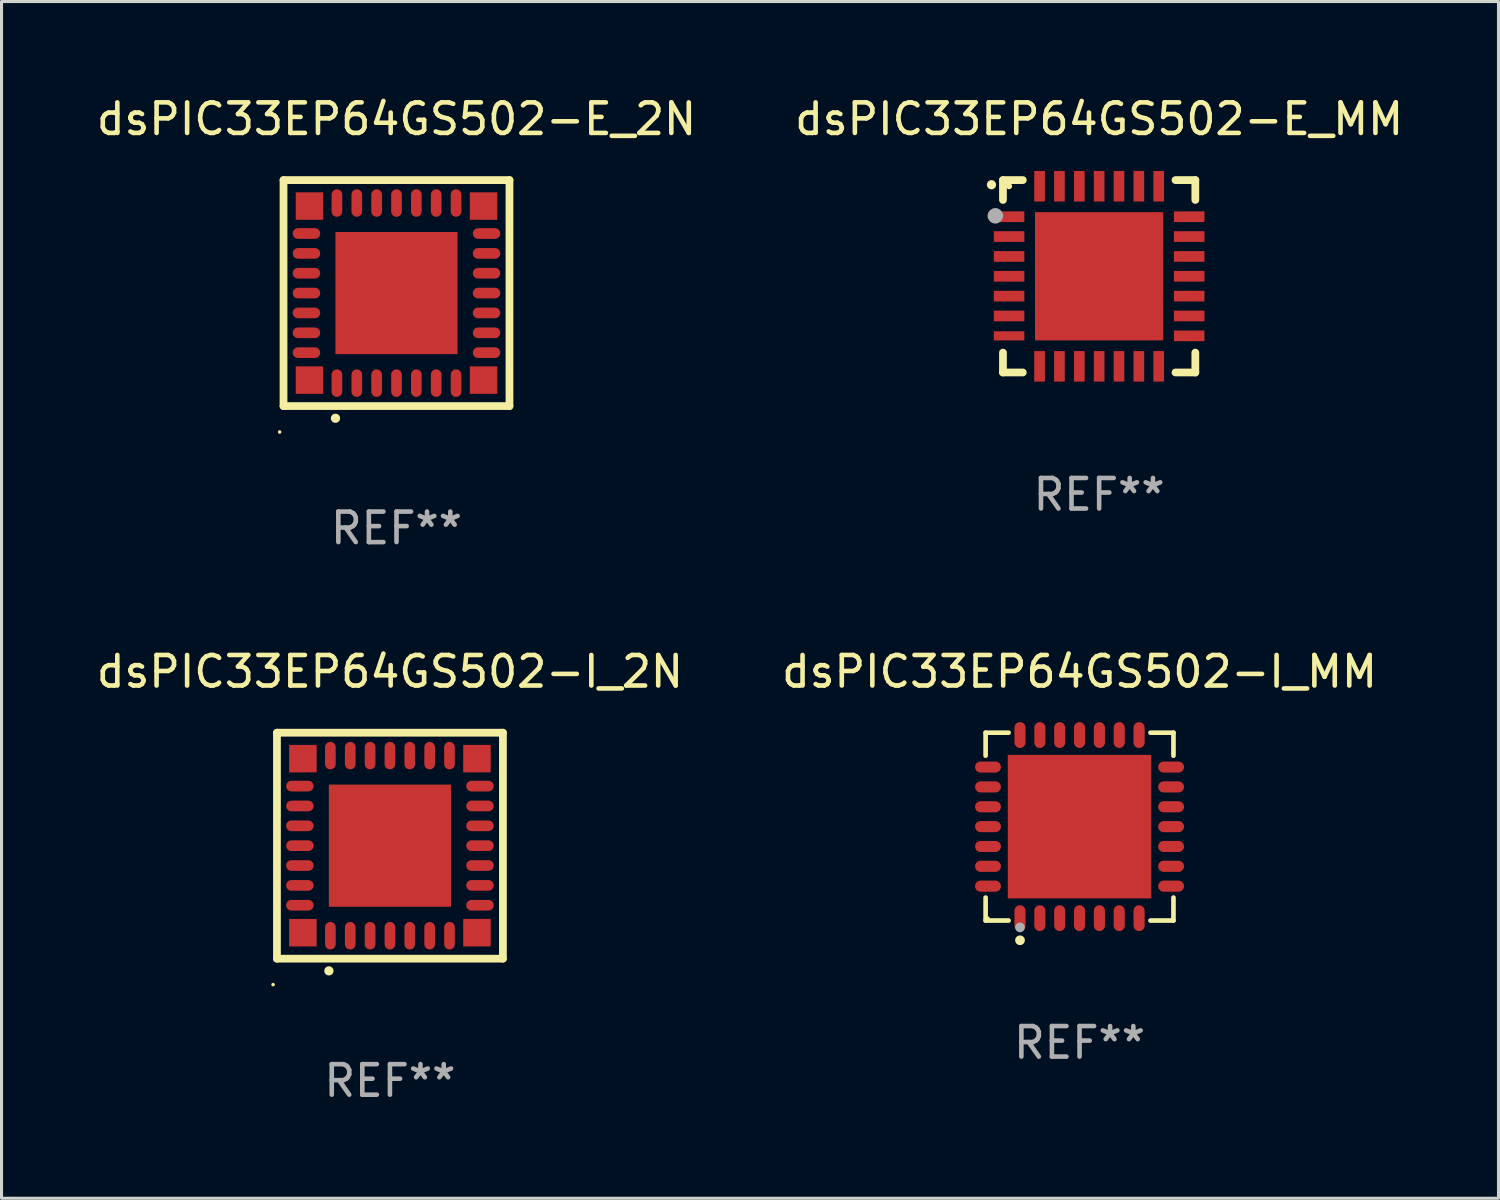
<source format=kicad_pcb>
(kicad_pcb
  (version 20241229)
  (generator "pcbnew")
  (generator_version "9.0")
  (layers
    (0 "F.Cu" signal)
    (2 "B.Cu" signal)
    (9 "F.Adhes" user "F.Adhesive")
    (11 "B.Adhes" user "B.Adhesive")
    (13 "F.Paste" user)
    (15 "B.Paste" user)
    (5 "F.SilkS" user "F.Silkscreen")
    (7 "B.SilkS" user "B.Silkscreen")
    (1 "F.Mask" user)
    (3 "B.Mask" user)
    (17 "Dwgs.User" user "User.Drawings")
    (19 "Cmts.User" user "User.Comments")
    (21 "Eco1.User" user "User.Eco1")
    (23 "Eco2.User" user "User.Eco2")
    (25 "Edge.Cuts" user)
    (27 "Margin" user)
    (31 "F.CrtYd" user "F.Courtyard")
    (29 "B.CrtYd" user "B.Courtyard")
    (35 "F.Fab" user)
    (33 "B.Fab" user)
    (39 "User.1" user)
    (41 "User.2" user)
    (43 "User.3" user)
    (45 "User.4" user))
  (footprint "dsPIC33EP64GS502-E_2N"
    (layer "F.Cu")
    (at 9.935 6.548)
    (property "Reference" "dsPIC33EP64GS502-E_2N" (at 0 -5.7 0) (layer "F.SilkS") (effects (font (size 1 1) (thickness 0.15))))
    (attr through_hole)
    (fp_line (start -3.7 -3.7) (end 3.7 -3.7) (stroke (width 0.254) (type solid)) (layer "F.SilkS"))
    (fp_line (start -3.7 3.7) (end -3.7 -3.7) (stroke (width 0.254) (type solid)) (layer "F.SilkS"))
    (fp_line (start 3.7 -3.7) (end 3.7 3.7) (stroke (width 0.254) (type solid)) (layer "F.SilkS"))
    (fp_line (start 3.7 3.7) (end -3.7 3.7) (stroke (width 0.254) (type solid)) (layer "F.SilkS"))
    (fp_arc (start -2 4.1) (mid -1.99873 4.099995) (end -1.99746 4.1) (stroke (width 0.3) (type solid)) (layer "F.SilkS"))
    (fp_circle (center -3.827 4.55) (end -3.797 4.55) (stroke (width 0.06) (type solid)) (fill no) (layer "F.SilkS"))
    (fp_text user "REF**" (at 0 7.7 0) (layer "F.Fab") (effects (font (size 1 1) (thickness 0.15))))
    (pad "1" smd oval (at -1.951 2.949 180) (size 0.35 0.9) (layers "F.Cu" "F.Mask" "F.Paste"))
    (pad "2" smd oval (at -1.3 2.949 180) (size 0.35 0.9) (layers "F.Cu" "F.Mask" "F.Paste"))
    (pad "3" smd oval (at -0.65 2.949 180) (size 0.35 0.9) (layers "F.Cu" "F.Mask" "F.Paste"))
    (pad "4" smd oval (at 0.000051 2.949 180) (size 0.35 0.9) (layers "F.Cu" "F.Mask" "F.Paste"))
    (pad "5" smd oval (at 0.65 2.949 180) (size 0.35 0.9) (layers "F.Cu" "F.Mask" "F.Paste"))
    (pad "6" smd oval (at 1.301 2.949 180) (size 0.35 0.9) (layers "F.Cu" "F.Mask" "F.Paste"))
    (pad "7" smd oval (at 1.951 2.949 180) (size 0.35 0.9) (layers "F.Cu" "F.Mask" "F.Paste"))
    (pad "8" smd oval (at 2.949 1.951 90) (size 0.35 0.9) (layers "F.Cu" "F.Mask" "F.Paste"))
    (pad "9" smd oval (at 2.949 1.301 90) (size 0.35 0.9) (layers "F.Cu" "F.Mask" "F.Paste"))
    (pad "10" smd oval (at 2.949 0.65 90) (size 0.35 0.9) (layers "F.Cu" "F.Mask" "F.Paste"))
    (pad "11" smd oval (at 2.949 0.000051 90) (size 0.35 0.9) (layers "F.Cu" "F.Mask" "F.Paste"))
    (pad "12" smd oval (at 2.949 -0.65 90) (size 0.35 0.9) (layers "F.Cu" "F.Mask" "F.Paste"))
    (pad "13" smd oval (at 2.949 -1.3 90) (size 0.35 0.9) (layers "F.Cu" "F.Mask" "F.Paste"))
    (pad "14" smd oval (at 2.949 -1.951 90) (size 0.35 0.9) (layers "F.Cu" "F.Mask" "F.Paste"))
    (pad "15" smd oval (at 1.951 -2.949 180) (size 0.35 0.9) (layers "F.Cu" "F.Mask" "F.Paste"))
    (pad "16" smd oval (at 1.301 -2.949 180) (size 0.35 0.9) (layers "F.Cu" "F.Mask" "F.Paste"))
    (pad "17" smd oval (at 0.65 -2.949 180) (size 0.35 0.9) (layers "F.Cu" "F.Mask" "F.Paste"))
    (pad "18" smd oval (at 0.000051 -2.949 180) (size 0.35 0.9) (layers "F.Cu" "F.Mask" "F.Paste"))
    (pad "19" smd oval (at -0.65 -2.949 180) (size 0.35 0.9) (layers "F.Cu" "F.Mask" "F.Paste"))
    (pad "20" smd oval (at -1.3 -2.949 180) (size 0.35 0.9) (layers "F.Cu" "F.Mask" "F.Paste"))
    (pad "21" smd oval (at -1.951 -2.949 180) (size 0.35 0.9) (layers "F.Cu" "F.Mask" "F.Paste"))
    (pad "22" smd oval (at -2.949 -1.951 90) (size 0.35 0.9) (layers "F.Cu" "F.Mask" "F.Paste"))
    (pad "23" smd oval (at -2.949 -1.3 90) (size 0.35 0.9) (layers "F.Cu" "F.Mask" "F.Paste"))
    (pad "24" smd oval (at -2.949 -0.65 90) (size 0.35 0.9) (layers "F.Cu" "F.Mask" "F.Paste"))
    (pad "25" smd oval (at -2.949 0.000051 90) (size 0.35 0.9) (layers "F.Cu" "F.Mask" "F.Paste"))
    (pad "26" smd oval (at -2.949 0.65 90) (size 0.35 0.9) (layers "F.Cu" "F.Mask" "F.Paste"))
    (pad "27" smd oval (at -2.949 1.301 90) (size 0.35 0.9) (layers "F.Cu" "F.Mask" "F.Paste"))
    (pad "28" smd oval (at -2.949 1.951 90) (size 0.35 0.9) (layers "F.Cu" "F.Mask" "F.Paste"))
    (pad "29" smd rect (at -2.85 -2.85 90) (size 0.9 0.9) (layers "F.Cu" "F.Mask" "F.Paste"))
    (pad "29" smd rect (at -2.85 2.85 90) (size 0.9 0.9) (layers "F.Cu" "F.Mask" "F.Paste"))
    (pad "29" smd rect (at 0.000051 0.000051 90) (size 4 4) (layers "F.Cu" "F.Mask" "F.Paste"))
    (pad "29" smd rect (at 2.85 -2.85 90) (size 0.9 0.9) (layers "F.Cu" "F.Mask" "F.Paste"))
    (pad "29" smd rect (at 2.85 2.85 90) (size 0.9 0.9) (layers "F.Cu" "F.Mask" "F.Paste")))
  (footprint "dsPIC33EP64GS502-I_MM"
    (layer "F.Cu")
    (at 32.304 24.021)
    (property "Reference" "dsPIC33EP64GS502-I_MM" (at 0 -5.076 0) (layer "F.SilkS") (effects (font (size 1 1) (thickness 0.15))))
    (attr through_hole)
    (fp_line (start -3.076 -3.076) (end -2.323 -3.076) (stroke (width 0.152) (type solid)) (layer "F.SilkS"))
    (fp_line (start -3.076 -2.323) (end -3.076 -3.076) (stroke (width 0.152) (type solid)) (layer "F.SilkS"))
    (fp_line (start -3.076 2.323) (end -3.076 3.076) (stroke (width 0.152) (type solid)) (layer "F.SilkS"))
    (fp_line (start -3.076 3.076) (end -2.323 3.076) (stroke (width 0.152) (type solid)) (layer "F.SilkS"))
    (fp_line (start 3.076 -3.076) (end 2.323 -3.076) (stroke (width 0.152) (type solid)) (layer "F.SilkS"))
    (fp_line (start 3.076 -2.323) (end 3.076 -3.076) (stroke (width 0.152) (type solid)) (layer "F.SilkS"))
    (fp_line (start 3.076 2.323) (end 3.076 3.076) (stroke (width 0.152) (type solid)) (layer "F.SilkS"))
    (fp_line (start 3.076 3.076) (end 2.323 3.076) (stroke (width 0.152) (type solid)) (layer "F.SilkS"))
    (fp_circle (center -3 3) (end -2.97 3) (stroke (width 0.06) (type solid)) (fill no) (layer "F.SilkS"))
    (fp_circle (center -1.95 3.722) (end -1.87 3.722) (stroke (width 0.16) (type solid)) (fill no) (layer "F.SilkS"))
    (fp_circle (center -1.95 3.3) (end -1.87 3.3) (stroke (width 0.16) (type solid)) (fill no) (layer "F.Fab"))
    (fp_text user "REF**" (at 0 7.076 0) (layer "F.Fab") (effects (font (size 1 1) (thickness 0.15))))
    (pad "1" smd oval (at -1.95 2.998) (size 0.364 0.847) (layers "F.Cu" "F.Mask" "F.Paste"))
    (pad "2" smd oval (at -1.3 2.998) (size 0.364 0.847) (layers "F.Cu" "F.Mask" "F.Paste"))
    (pad "3" smd oval (at -0.65 2.998) (size 0.364 0.847) (layers "F.Cu" "F.Mask" "F.Paste"))
    (pad "4" smd oval (at 0 2.998) (size 0.364 0.847) (layers "F.Cu" "F.Mask" "F.Paste"))
    (pad "5" smd oval (at 0.65 2.998) (size 0.364 0.847) (layers "F.Cu" "F.Mask" "F.Paste"))
    (pad "6" smd oval (at 1.3 2.998) (size 0.364 0.847) (layers "F.Cu" "F.Mask" "F.Paste"))
    (pad "7" smd oval (at 1.95 2.998) (size 0.364 0.847) (layers "F.Cu" "F.Mask" "F.Paste"))
    (pad "8" smd oval (at 2.998 1.95) (size 0.847 0.364) (layers "F.Cu" "F.Mask" "F.Paste"))
    (pad "9" smd oval (at 2.998 1.3) (size 0.847 0.364) (layers "F.Cu" "F.Mask" "F.Paste"))
    (pad "10" smd oval (at 2.998 0.65) (size 0.847 0.364) (layers "F.Cu" "F.Mask" "F.Paste"))
    (pad "11" smd oval (at 2.998 0) (size 0.847 0.364) (layers "F.Cu" "F.Mask" "F.Paste"))
    (pad "12" smd oval (at 2.998 -0.65) (size 0.847 0.364) (layers "F.Cu" "F.Mask" "F.Paste"))
    (pad "13" smd oval (at 2.998 -1.3) (size 0.847 0.364) (layers "F.Cu" "F.Mask" "F.Paste"))
    (pad "14" smd oval (at 2.998 -1.95) (size 0.847 0.364) (layers "F.Cu" "F.Mask" "F.Paste"))
    (pad "15" smd oval (at 1.95 -2.998) (size 0.364 0.847) (layers "F.Cu" "F.Mask" "F.Paste"))
    (pad "16" smd oval (at 1.3 -2.998) (size 0.364 0.847) (layers "F.Cu" "F.Mask" "F.Paste"))
    (pad "17" smd oval (at 0.65 -2.998) (size 0.364 0.847) (layers "F.Cu" "F.Mask" "F.Paste"))
    (pad "18" smd oval (at 0 -2.998) (size 0.364 0.847) (layers "F.Cu" "F.Mask" "F.Paste"))
    (pad "19" smd oval (at -0.65 -2.998) (size 0.364 0.847) (layers "F.Cu" "F.Mask" "F.Paste"))
    (pad "20" smd oval (at -1.3 -2.998) (size 0.364 0.847) (layers "F.Cu" "F.Mask" "F.Paste"))
    (pad "21" smd oval (at -1.95 -2.998) (size 0.364 0.847) (layers "F.Cu" "F.Mask" "F.Paste"))
    (pad "22" smd oval (at -2.998 -1.95) (size 0.847 0.364) (layers "F.Cu" "F.Mask" "F.Paste"))
    (pad "23" smd oval (at -2.998 -1.3) (size 0.847 0.364) (layers "F.Cu" "F.Mask" "F.Paste"))
    (pad "24" smd oval (at -2.998 -0.65) (size 0.847 0.364) (layers "F.Cu" "F.Mask" "F.Paste"))
    (pad "25" smd oval (at -2.998 0) (size 0.847 0.364) (layers "F.Cu" "F.Mask" "F.Paste"))
    (pad "26" smd oval (at -2.998 0.65) (size 0.847 0.364) (layers "F.Cu" "F.Mask" "F.Paste"))
    (pad "27" smd oval (at -2.998 1.3) (size 0.847 0.364) (layers "F.Cu" "F.Mask" "F.Paste"))
    (pad "28" smd oval (at -2.998 1.95) (size 0.847 0.364) (layers "F.Cu" "F.Mask" "F.Paste"))
    (pad "29" smd rect (at 0 0) (size 4.7 4.7) (layers "F.Cu" "F.Mask" "F.Paste")))
  (footprint "dsPIC33EP64GS502-E_MM"
    (layer "F.Cu")
    (at 32.946 5.998)
    (property "Reference" "dsPIC33EP64GS502-E_MM" (at 0 -5.15 0) (layer "F.SilkS") (effects (font (size 1 1) (thickness 0.15))))
    (attr through_hole)
    (fp_line (start -3.15 -3.15) (end -2.5 -3.15) (stroke (width 0.254) (type solid)) (layer "F.SilkS"))
    (fp_line (start -3.15 -2.5) (end -3.15 -3.15) (stroke (width 0.254) (type solid)) (layer "F.SilkS"))
    (fp_line (start -3.15 3.15) (end -3.15 2.5) (stroke (width 0.254) (type solid)) (layer "F.SilkS"))
    (fp_line (start -2.5 3.15) (end -3.15 3.15) (stroke (width 0.254) (type solid)) (layer "F.SilkS"))
    (fp_line (start 2.5 -3.15) (end 3.15 -3.15) (stroke (width 0.254) (type solid)) (layer "F.SilkS"))
    (fp_line (start 2.5 3.15) (end 3.15 3.15) (stroke (width 0.254) (type solid)) (layer "F.SilkS"))
    (fp_line (start 3.15 -3.15) (end 3.15 -2.5) (stroke (width 0.254) (type solid)) (layer "F.SilkS"))
    (fp_line (start 3.15 3.15) (end 3.15 2.5) (stroke (width 0.254) (type solid)) (layer "F.SilkS"))
    (fp_arc (start -3.525527 -2.997206) (mid -3.525532 -2.998476) (end -3.525527 -2.999746) (stroke (width 0.3) (type solid)) (layer "F.SilkS"))
    (fp_circle (center -2.95 -2.95) (end -2.9 -2.95) (stroke (width 0.1) (type solid)) (fill no) (layer "F.SilkS"))
    (fp_circle (center -3.4 -1.98) (end -3.273 -1.98) (stroke (width 0.254) (type solid)) (fill no) (layer "F.Fab"))
    (fp_text user "REF**" (at 0 7.15 0) (layer "F.Fab") (effects (font (size 1 1) (thickness 0.15))))
    (pad "1" smd rect (at -2.949 -1.951 90) (size 0.35 1) (layers "F.Cu" "F.Mask" "F.Paste"))
    (pad "2" smd rect (at -2.949 -1.301 90) (size 0.35 1) (layers "F.Cu" "F.Mask" "F.Paste"))
    (pad "3" smd rect (at -2.949 -0.65 90) (size 0.35 1) (layers "F.Cu" "F.Mask" "F.Paste"))
    (pad "4" smd rect (at -2.949 -0.000025 90) (size 0.35 1) (layers "F.Cu" "F.Mask" "F.Paste"))
    (pad "5" smd rect (at -2.949 0.65 90) (size 0.35 1) (layers "F.Cu" "F.Mask" "F.Paste"))
    (pad "6" smd rect (at -2.949 1.3 90) (size 0.35 1) (layers "F.Cu" "F.Mask" "F.Paste"))
    (pad "7" smd rect (at -2.949 1.951 90) (size 0.3 1) (layers "F.Cu" "F.Mask" "F.Paste"))
    (pad "8" smd rect (at -1.951 2.949) (size 0.35 1) (layers "F.Cu" "F.Mask" "F.Paste"))
    (pad "9" smd rect (at -1.301 2.949) (size 0.35 1) (layers "F.Cu" "F.Mask" "F.Paste"))
    (pad "10" smd rect (at -0.65 2.949) (size 0.35 1) (layers "F.Cu" "F.Mask" "F.Paste"))
    (pad "11" smd rect (at -0.000076 2.949) (size 0.35 1) (layers "F.Cu" "F.Mask" "F.Paste"))
    (pad "12" smd rect (at 0.65 2.949) (size 0.35 1) (layers "F.Cu" "F.Mask" "F.Paste"))
    (pad "13" smd rect (at 1.3 2.949) (size 0.35 1) (layers "F.Cu" "F.Mask" "F.Paste"))
    (pad "14" smd rect (at 1.951 2.949) (size 0.35 1) (layers "F.Cu" "F.Mask" "F.Paste"))
    (pad "15" smd rect (at 2.949 1.951 90) (size 0.35 1) (layers "F.Cu" "F.Mask" "F.Paste"))
    (pad "16" smd rect (at 2.949 1.3 90) (size 0.35 1) (layers "F.Cu" "F.Mask" "F.Paste"))
    (pad "17" smd rect (at 2.949 0.65 90) (size 0.35 1) (layers "F.Cu" "F.Mask" "F.Paste"))
    (pad "18" smd rect (at 2.949 -0.000025 90) (size 0.35 1) (layers "F.Cu" "F.Mask" "F.Paste"))
    (pad "19" smd rect (at 2.949 -0.65 90) (size 0.35 1) (layers "F.Cu" "F.Mask" "F.Paste"))
    (pad "20" smd rect (at 2.949 -1.301 90) (size 0.35 1) (layers "F.Cu" "F.Mask" "F.Paste"))
    (pad "21" smd rect (at 2.949 -1.951 90) (size 0.35 1) (layers "F.Cu" "F.Mask" "F.Paste"))
    (pad "22" smd rect (at 1.951 -2.949) (size 0.35 1) (layers "F.Cu" "F.Mask" "F.Paste"))
    (pad "23" smd rect (at 1.3 -2.949) (size 0.35 1) (layers "F.Cu" "F.Mask" "F.Paste"))
    (pad "24" smd rect (at 0.65 -2.949) (size 0.35 1) (layers "F.Cu" "F.Mask" "F.Paste"))
    (pad "25" smd rect (at -0.000076 -2.949) (size 0.35 1) (layers "F.Cu" "F.Mask" "F.Paste"))
    (pad "26" smd rect (at -0.65 -2.949) (size 0.35 1) (layers "F.Cu" "F.Mask" "F.Paste"))
    (pad "27" smd rect (at -1.301 -2.949) (size 0.35 1) (layers "F.Cu" "F.Mask" "F.Paste"))
    (pad "28" smd rect (at -1.951 -2.949) (size 0.35 1) (layers "F.Cu" "F.Mask" "F.Paste"))
    (pad "29" smd rect (at -0.000076 -0.000025) (size 4.2 4.2) (layers "F.Cu" "F.Mask" "F.Paste")))
  (footprint "dsPIC33EP64GS502-I_2N"
    (layer "F.Cu")
    (at 9.72 24.645)
    (property "Reference" "dsPIC33EP64GS502-I_2N" (at 0 -5.7 0) (layer "F.SilkS") (effects (font (size 1 1) (thickness 0.15))))
    (attr through_hole)
    (fp_line (start -3.7 -3.7) (end 3.7 -3.7) (stroke (width 0.254) (type solid)) (layer "F.SilkS"))
    (fp_line (start -3.7 3.7) (end -3.7 -3.7) (stroke (width 0.254) (type solid)) (layer "F.SilkS"))
    (fp_line (start 3.7 -3.7) (end 3.7 3.7) (stroke (width 0.254) (type solid)) (layer "F.SilkS"))
    (fp_line (start 3.7 3.7) (end -3.7 3.7) (stroke (width 0.254) (type solid)) (layer "F.SilkS"))
    (fp_arc (start -2 4.1) (mid -1.99873 4.099995) (end -1.99746 4.1) (stroke (width 0.3) (type solid)) (layer "F.SilkS"))
    (fp_circle (center -3.827 4.55) (end -3.797 4.55) (stroke (width 0.06) (type solid)) (fill no) (layer "F.SilkS"))
    (fp_text user "REF**" (at 0 7.7 0) (layer "F.Fab") (effects (font (size 1 1) (thickness 0.15))))
    (pad "1" smd oval (at -1.951 2.949 180) (size 0.35 0.9) (layers "F.Cu" "F.Mask" "F.Paste"))
    (pad "2" smd oval (at -1.3 2.949 180) (size 0.35 0.9) (layers "F.Cu" "F.Mask" "F.Paste"))
    (pad "3" smd oval (at -0.65 2.949 180) (size 0.35 0.9) (layers "F.Cu" "F.Mask" "F.Paste"))
    (pad "4" smd oval (at 0.000051 2.949 180) (size 0.35 0.9) (layers "F.Cu" "F.Mask" "F.Paste"))
    (pad "5" smd oval (at 0.65 2.949 180) (size 0.35 0.9) (layers "F.Cu" "F.Mask" "F.Paste"))
    (pad "6" smd oval (at 1.301 2.949 180) (size 0.35 0.9) (layers "F.Cu" "F.Mask" "F.Paste"))
    (pad "7" smd oval (at 1.951 2.949 180) (size 0.35 0.9) (layers "F.Cu" "F.Mask" "F.Paste"))
    (pad "8" smd oval (at 2.949 1.951 90) (size 0.35 0.9) (layers "F.Cu" "F.Mask" "F.Paste"))
    (pad "9" smd oval (at 2.949 1.301 90) (size 0.35 0.9) (layers "F.Cu" "F.Mask" "F.Paste"))
    (pad "10" smd oval (at 2.949 0.65 90) (size 0.35 0.9) (layers "F.Cu" "F.Mask" "F.Paste"))
    (pad "11" smd oval (at 2.949 0.000051 90) (size 0.35 0.9) (layers "F.Cu" "F.Mask" "F.Paste"))
    (pad "12" smd oval (at 2.949 -0.65 90) (size 0.35 0.9) (layers "F.Cu" "F.Mask" "F.Paste"))
    (pad "13" smd oval (at 2.949 -1.3 90) (size 0.35 0.9) (layers "F.Cu" "F.Mask" "F.Paste"))
    (pad "14" smd oval (at 2.949 -1.951 90) (size 0.35 0.9) (layers "F.Cu" "F.Mask" "F.Paste"))
    (pad "15" smd oval (at 1.951 -2.949 180) (size 0.35 0.9) (layers "F.Cu" "F.Mask" "F.Paste"))
    (pad "16" smd oval (at 1.301 -2.949 180) (size 0.35 0.9) (layers "F.Cu" "F.Mask" "F.Paste"))
    (pad "17" smd oval (at 0.65 -2.949 180) (size 0.35 0.9) (layers "F.Cu" "F.Mask" "F.Paste"))
    (pad "18" smd oval (at 0.000051 -2.949 180) (size 0.35 0.9) (layers "F.Cu" "F.Mask" "F.Paste"))
    (pad "19" smd oval (at -0.65 -2.949 180) (size 0.35 0.9) (layers "F.Cu" "F.Mask" "F.Paste"))
    (pad "20" smd oval (at -1.3 -2.949 180) (size 0.35 0.9) (layers "F.Cu" "F.Mask" "F.Paste"))
    (pad "21" smd oval (at -1.951 -2.949 180) (size 0.35 0.9) (layers "F.Cu" "F.Mask" "F.Paste"))
    (pad "22" smd oval (at -2.949 -1.951 90) (size 0.35 0.9) (layers "F.Cu" "F.Mask" "F.Paste"))
    (pad "23" smd oval (at -2.949 -1.3 90) (size 0.35 0.9) (layers "F.Cu" "F.Mask" "F.Paste"))
    (pad "24" smd oval (at -2.949 -0.65 90) (size 0.35 0.9) (layers "F.Cu" "F.Mask" "F.Paste"))
    (pad "25" smd oval (at -2.949 0.000051 90) (size 0.35 0.9) (layers "F.Cu" "F.Mask" "F.Paste"))
    (pad "26" smd oval (at -2.949 0.65 90) (size 0.35 0.9) (layers "F.Cu" "F.Mask" "F.Paste"))
    (pad "27" smd oval (at -2.949 1.301 90) (size 0.35 0.9) (layers "F.Cu" "F.Mask" "F.Paste"))
    (pad "28" smd oval (at -2.949 1.951 90) (size 0.35 0.9) (layers "F.Cu" "F.Mask" "F.Paste"))
    (pad "29" smd rect (at -2.85 -2.85 90) (size 0.9 0.9) (layers "F.Cu" "F.Mask" "F.Paste"))
    (pad "29" smd rect (at -2.85 2.85 90) (size 0.9 0.9) (layers "F.Cu" "F.Mask" "F.Paste"))
    (pad "29" smd rect (at 0.000051 0.000051 90) (size 4 4) (layers "F.Cu" "F.Mask" "F.Paste"))
    (pad "29" smd rect (at 2.85 -2.85 90) (size 0.9 0.9) (layers "F.Cu" "F.Mask" "F.Paste"))
    (pad "29" smd rect (at 2.85 2.85 90) (size 0.9 0.9) (layers "F.Cu" "F.Mask" "F.Paste")))
  (gr_rect
    (start -3 -3)
    (end 46.024 36.193)
    (stroke (width 0.1) (type default))
    (fill no)
    (layer "Edge.Cuts")))
</source>
